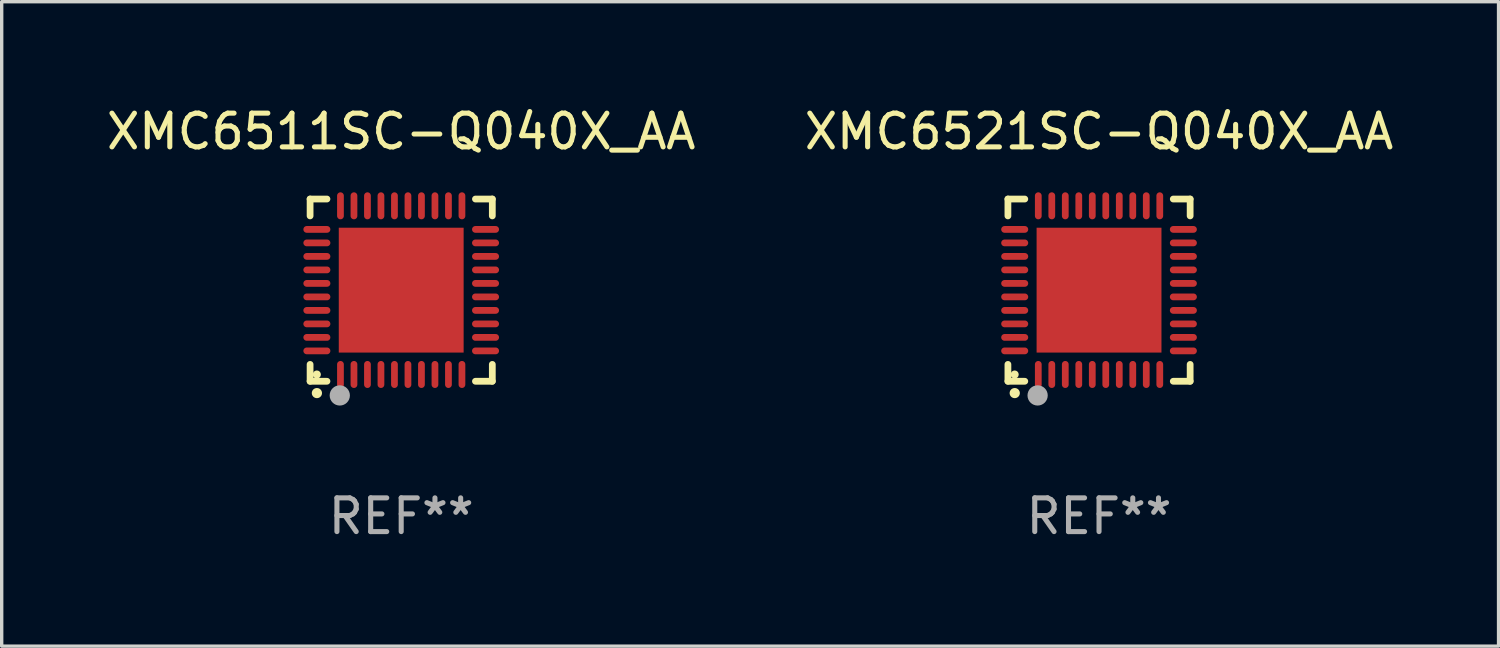
<source format=kicad_pcb>
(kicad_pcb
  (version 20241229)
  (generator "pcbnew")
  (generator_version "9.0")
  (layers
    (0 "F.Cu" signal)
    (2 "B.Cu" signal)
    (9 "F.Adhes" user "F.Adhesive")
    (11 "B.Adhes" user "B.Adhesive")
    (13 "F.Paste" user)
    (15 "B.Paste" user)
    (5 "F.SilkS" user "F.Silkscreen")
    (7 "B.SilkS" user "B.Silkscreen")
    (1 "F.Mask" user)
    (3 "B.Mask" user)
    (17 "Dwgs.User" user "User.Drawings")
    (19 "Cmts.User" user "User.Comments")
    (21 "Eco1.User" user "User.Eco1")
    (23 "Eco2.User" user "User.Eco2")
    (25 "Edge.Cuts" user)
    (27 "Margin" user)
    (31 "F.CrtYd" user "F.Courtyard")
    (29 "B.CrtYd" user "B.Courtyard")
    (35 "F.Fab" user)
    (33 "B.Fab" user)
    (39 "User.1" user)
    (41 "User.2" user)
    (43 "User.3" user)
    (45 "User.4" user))
  (footprint "XMC6511SC-Q040X_AA"
    (layer "F.Cu")
    (at 8.839 5.548)
    (property "Reference" "XMC6511SC-Q040X_AA" (at 0 -4.7 0) (layer "F.SilkS") (effects (font (size 1 1) (thickness 0.15))))
    (attr through_hole)
    (fp_line (start -2.7 -2.7) (end -2.7 -2.2) (stroke (width 0.2) (type solid)) (layer "F.SilkS"))
    (fp_line (start -2.7 2.7) (end -2.7 2.2) (stroke (width 0.2) (type solid)) (layer "F.SilkS"))
    (fp_line (start -2.2 -2.7) (end -2.7 -2.7) (stroke (width 0.2) (type solid)) (layer "F.SilkS"))
    (fp_line (start -2.2 2.7) (end -2.7 2.7) (stroke (width 0.2) (type solid)) (layer "F.SilkS"))
    (fp_line (start 2.7 -2.7) (end 2.2 -2.7) (stroke (width 0.2) (type solid)) (layer "F.SilkS"))
    (fp_line (start 2.7 -2.2) (end 2.7 -2.7) (stroke (width 0.2) (type solid)) (layer "F.SilkS"))
    (fp_line (start 2.7 2.2) (end 2.7 2.7) (stroke (width 0.2) (type solid)) (layer "F.SilkS"))
    (fp_line (start 2.7 2.7) (end 2.2 2.7) (stroke (width 0.2) (type solid)) (layer "F.SilkS"))
    (fp_arc (start -2.499365 3.050546) (mid -2.498095 3.050541) (end -2.496825 3.050546) (stroke (width 0.3) (type solid)) (layer "F.SilkS"))
    (fp_circle (center -2.5 2.5) (end -2.44 2.5) (stroke (width 0.12) (type solid)) (fill no) (layer "F.SilkS"))
    (fp_circle (center -1.82 3.12) (end -1.67 3.12) (stroke (width 0.3) (type solid)) (fill no) (layer "F.Fab"))
    (fp_text user "REF**" (at 0 6.7 0) (layer "F.Fab") (effects (font (size 1 1) (thickness 0.15))))
    (pad "1" smd oval (at -1.8 2.499) (size 0.2 0.8) (layers "F.Cu" "F.Mask" "F.Paste"))
    (pad "2" smd oval (at -1.4 2.499) (size 0.2 0.8) (layers "F.Cu" "F.Mask" "F.Paste"))
    (pad "3" smd oval (at -1 2.499) (size 0.2 0.8) (layers "F.Cu" "F.Mask" "F.Paste"))
    (pad "4" smd oval (at -0.6 2.499) (size 0.2 0.8) (layers "F.Cu" "F.Mask" "F.Paste"))
    (pad "5" smd oval (at -0.2 2.499) (size 0.2 0.8) (layers "F.Cu" "F.Mask" "F.Paste"))
    (pad "6" smd oval (at 0.2 2.499) (size 0.2 0.8) (layers "F.Cu" "F.Mask" "F.Paste"))
    (pad "7" smd oval (at 0.6 2.499) (size 0.2 0.8) (layers "F.Cu" "F.Mask" "F.Paste"))
    (pad "8" smd oval (at 1 2.499) (size 0.2 0.8) (layers "F.Cu" "F.Mask" "F.Paste"))
    (pad "9" smd oval (at 1.4 2.499) (size 0.2 0.8) (layers "F.Cu" "F.Mask" "F.Paste"))
    (pad "10" smd oval (at 1.8 2.499) (size 0.2 0.8) (layers "F.Cu" "F.Mask" "F.Paste"))
    (pad "11" smd oval (at 2.499 1.8) (size 0.8 0.2) (layers "F.Cu" "F.Mask" "F.Paste"))
    (pad "12" smd oval (at 2.499 1.4) (size 0.8 0.2) (layers "F.Cu" "F.Mask" "F.Paste"))
    (pad "13" smd oval (at 2.499 1) (size 0.8 0.2) (layers "F.Cu" "F.Mask" "F.Paste"))
    (pad "14" smd oval (at 2.499 0.6) (size 0.8 0.2) (layers "F.Cu" "F.Mask" "F.Paste"))
    (pad "15" smd oval (at 2.499 0.2) (size 0.8 0.2) (layers "F.Cu" "F.Mask" "F.Paste"))
    (pad "16" smd oval (at 2.499 -0.2) (size 0.8 0.2) (layers "F.Cu" "F.Mask" "F.Paste"))
    (pad "17" smd oval (at 2.499 -0.6) (size 0.8 0.2) (layers "F.Cu" "F.Mask" "F.Paste"))
    (pad "18" smd oval (at 2.499 -1) (size 0.8 0.2) (layers "F.Cu" "F.Mask" "F.Paste"))
    (pad "19" smd oval (at 2.499 -1.4) (size 0.8 0.2) (layers "F.Cu" "F.Mask" "F.Paste"))
    (pad "20" smd oval (at 2.499 -1.8) (size 0.8 0.2) (layers "F.Cu" "F.Mask" "F.Paste"))
    (pad "21" smd oval (at 1.8 -2.499) (size 0.2 0.8) (layers "F.Cu" "F.Mask" "F.Paste"))
    (pad "22" smd oval (at 1.4 -2.499) (size 0.2 0.8) (layers "F.Cu" "F.Mask" "F.Paste"))
    (pad "23" smd oval (at 1 -2.499) (size 0.2 0.8) (layers "F.Cu" "F.Mask" "F.Paste"))
    (pad "24" smd oval (at 0.6 -2.499) (size 0.2 0.8) (layers "F.Cu" "F.Mask" "F.Paste"))
    (pad "25" smd oval (at 0.2 -2.499) (size 0.2 0.8) (layers "F.Cu" "F.Mask" "F.Paste"))
    (pad "26" smd oval (at -0.2 -2.499) (size 0.2 0.8) (layers "F.Cu" "F.Mask" "F.Paste"))
    (pad "27" smd oval (at -0.6 -2.499) (size 0.2 0.8) (layers "F.Cu" "F.Mask" "F.Paste"))
    (pad "28" smd oval (at -1 -2.499) (size 0.2 0.8) (layers "F.Cu" "F.Mask" "F.Paste"))
    (pad "29" smd oval (at -1.4 -2.499) (size 0.2 0.8) (layers "F.Cu" "F.Mask" "F.Paste"))
    (pad "30" smd oval (at -1.8 -2.499) (size 0.2 0.8) (layers "F.Cu" "F.Mask" "F.Paste"))
    (pad "31" smd oval (at -2.499 -1.8) (size 0.8 0.2) (layers "F.Cu" "F.Mask" "F.Paste"))
    (pad "32" smd oval (at -2.499 -1.4) (size 0.8 0.2) (layers "F.Cu" "F.Mask" "F.Paste"))
    (pad "33" smd oval (at -2.499 -1) (size 0.8 0.2) (layers "F.Cu" "F.Mask" "F.Paste"))
    (pad "34" smd oval (at -2.499 -0.6) (size 0.8 0.2) (layers "F.Cu" "F.Mask" "F.Paste"))
    (pad "35" smd oval (at -2.499 -0.2) (size 0.8 0.2) (layers "F.Cu" "F.Mask" "F.Paste"))
    (pad "36" smd oval (at -2.499 0.2) (size 0.8 0.2) (layers "F.Cu" "F.Mask" "F.Paste"))
    (pad "37" smd oval (at -2.499 0.6) (size 0.8 0.2) (layers "F.Cu" "F.Mask" "F.Paste"))
    (pad "38" smd oval (at -2.499 1) (size 0.8 0.2) (layers "F.Cu" "F.Mask" "F.Paste"))
    (pad "39" smd oval (at -2.499 1.4) (size 0.8 0.2) (layers "F.Cu" "F.Mask" "F.Paste"))
    (pad "40" smd oval (at -2.499 1.8) (size 0.8 0.2) (layers "F.Cu" "F.Mask" "F.Paste"))
    (pad "41" smd rect (at 0 0) (size 3.7 3.7) (layers "F.Cu" "F.Mask" "F.Paste")))
  (footprint "XMC6521SC-Q040X_AA"
    (layer "F.Cu")
    (at 29.518 5.548)
    (property "Reference" "XMC6521SC-Q040X_AA" (at 0 -4.7 0) (layer "F.SilkS") (effects (font (size 1 1) (thickness 0.15))))
    (attr through_hole)
    (fp_line (start -2.7 -2.7) (end -2.7 -2.2) (stroke (width 0.2) (type solid)) (layer "F.SilkS"))
    (fp_line (start -2.7 2.7) (end -2.7 2.2) (stroke (width 0.2) (type solid)) (layer "F.SilkS"))
    (fp_line (start -2.2 -2.7) (end -2.7 -2.7) (stroke (width 0.2) (type solid)) (layer "F.SilkS"))
    (fp_line (start -2.2 2.7) (end -2.7 2.7) (stroke (width 0.2) (type solid)) (layer "F.SilkS"))
    (fp_line (start 2.7 -2.7) (end 2.2 -2.7) (stroke (width 0.2) (type solid)) (layer "F.SilkS"))
    (fp_line (start 2.7 -2.2) (end 2.7 -2.7) (stroke (width 0.2) (type solid)) (layer "F.SilkS"))
    (fp_line (start 2.7 2.2) (end 2.7 2.7) (stroke (width 0.2) (type solid)) (layer "F.SilkS"))
    (fp_line (start 2.7 2.7) (end 2.2 2.7) (stroke (width 0.2) (type solid)) (layer "F.SilkS"))
    (fp_arc (start -2.499365 3.050546) (mid -2.498095 3.050541) (end -2.496825 3.050546) (stroke (width 0.3) (type solid)) (layer "F.SilkS"))
    (fp_circle (center -2.5 2.5) (end -2.44 2.5) (stroke (width 0.12) (type solid)) (fill no) (layer "F.SilkS"))
    (fp_circle (center -1.82 3.12) (end -1.67 3.12) (stroke (width 0.3) (type solid)) (fill no) (layer "F.Fab"))
    (fp_text user "REF**" (at 0 6.7 0) (layer "F.Fab") (effects (font (size 1 1) (thickness 0.15))))
    (pad "1" smd oval (at -1.8 2.499) (size 0.2 0.8) (layers "F.Cu" "F.Mask" "F.Paste"))
    (pad "2" smd oval (at -1.4 2.499) (size 0.2 0.8) (layers "F.Cu" "F.Mask" "F.Paste"))
    (pad "3" smd oval (at -1 2.499) (size 0.2 0.8) (layers "F.Cu" "F.Mask" "F.Paste"))
    (pad "4" smd oval (at -0.6 2.499) (size 0.2 0.8) (layers "F.Cu" "F.Mask" "F.Paste"))
    (pad "5" smd oval (at -0.2 2.499) (size 0.2 0.8) (layers "F.Cu" "F.Mask" "F.Paste"))
    (pad "6" smd oval (at 0.2 2.499) (size 0.2 0.8) (layers "F.Cu" "F.Mask" "F.Paste"))
    (pad "7" smd oval (at 0.6 2.499) (size 0.2 0.8) (layers "F.Cu" "F.Mask" "F.Paste"))
    (pad "8" smd oval (at 1 2.499) (size 0.2 0.8) (layers "F.Cu" "F.Mask" "F.Paste"))
    (pad "9" smd oval (at 1.4 2.499) (size 0.2 0.8) (layers "F.Cu" "F.Mask" "F.Paste"))
    (pad "10" smd oval (at 1.8 2.499) (size 0.2 0.8) (layers "F.Cu" "F.Mask" "F.Paste"))
    (pad "11" smd oval (at 2.499 1.8) (size 0.8 0.2) (layers "F.Cu" "F.Mask" "F.Paste"))
    (pad "12" smd oval (at 2.499 1.4) (size 0.8 0.2) (layers "F.Cu" "F.Mask" "F.Paste"))
    (pad "13" smd oval (at 2.499 1) (size 0.8 0.2) (layers "F.Cu" "F.Mask" "F.Paste"))
    (pad "14" smd oval (at 2.499 0.6) (size 0.8 0.2) (layers "F.Cu" "F.Mask" "F.Paste"))
    (pad "15" smd oval (at 2.499 0.2) (size 0.8 0.2) (layers "F.Cu" "F.Mask" "F.Paste"))
    (pad "16" smd oval (at 2.499 -0.2) (size 0.8 0.2) (layers "F.Cu" "F.Mask" "F.Paste"))
    (pad "17" smd oval (at 2.499 -0.6) (size 0.8 0.2) (layers "F.Cu" "F.Mask" "F.Paste"))
    (pad "18" smd oval (at 2.499 -1) (size 0.8 0.2) (layers "F.Cu" "F.Mask" "F.Paste"))
    (pad "19" smd oval (at 2.499 -1.4) (size 0.8 0.2) (layers "F.Cu" "F.Mask" "F.Paste"))
    (pad "20" smd oval (at 2.499 -1.8) (size 0.8 0.2) (layers "F.Cu" "F.Mask" "F.Paste"))
    (pad "21" smd oval (at 1.8 -2.499) (size 0.2 0.8) (layers "F.Cu" "F.Mask" "F.Paste"))
    (pad "22" smd oval (at 1.4 -2.499) (size 0.2 0.8) (layers "F.Cu" "F.Mask" "F.Paste"))
    (pad "23" smd oval (at 1 -2.499) (size 0.2 0.8) (layers "F.Cu" "F.Mask" "F.Paste"))
    (pad "24" smd oval (at 0.6 -2.499) (size 0.2 0.8) (layers "F.Cu" "F.Mask" "F.Paste"))
    (pad "25" smd oval (at 0.2 -2.499) (size 0.2 0.8) (layers "F.Cu" "F.Mask" "F.Paste"))
    (pad "26" smd oval (at -0.2 -2.499) (size 0.2 0.8) (layers "F.Cu" "F.Mask" "F.Paste"))
    (pad "27" smd oval (at -0.6 -2.499) (size 0.2 0.8) (layers "F.Cu" "F.Mask" "F.Paste"))
    (pad "28" smd oval (at -1 -2.499) (size 0.2 0.8) (layers "F.Cu" "F.Mask" "F.Paste"))
    (pad "29" smd oval (at -1.4 -2.499) (size 0.2 0.8) (layers "F.Cu" "F.Mask" "F.Paste"))
    (pad "30" smd oval (at -1.8 -2.499) (size 0.2 0.8) (layers "F.Cu" "F.Mask" "F.Paste"))
    (pad "31" smd oval (at -2.499 -1.8) (size 0.8 0.2) (layers "F.Cu" "F.Mask" "F.Paste"))
    (pad "32" smd oval (at -2.499 -1.4) (size 0.8 0.2) (layers "F.Cu" "F.Mask" "F.Paste"))
    (pad "33" smd oval (at -2.499 -1) (size 0.8 0.2) (layers "F.Cu" "F.Mask" "F.Paste"))
    (pad "34" smd oval (at -2.499 -0.6) (size 0.8 0.2) (layers "F.Cu" "F.Mask" "F.Paste"))
    (pad "35" smd oval (at -2.499 -0.2) (size 0.8 0.2) (layers "F.Cu" "F.Mask" "F.Paste"))
    (pad "36" smd oval (at -2.499 0.2) (size 0.8 0.2) (layers "F.Cu" "F.Mask" "F.Paste"))
    (pad "37" smd oval (at -2.499 0.6) (size 0.8 0.2) (layers "F.Cu" "F.Mask" "F.Paste"))
    (pad "38" smd oval (at -2.499 1) (size 0.8 0.2) (layers "F.Cu" "F.Mask" "F.Paste"))
    (pad "39" smd oval (at -2.499 1.4) (size 0.8 0.2) (layers "F.Cu" "F.Mask" "F.Paste"))
    (pad "40" smd oval (at -2.499 1.8) (size 0.8 0.2) (layers "F.Cu" "F.Mask" "F.Paste"))
    (pad "41" smd rect (at 0 0) (size 3.7 3.7) (layers "F.Cu" "F.Mask" "F.Paste")))
  (gr_rect
    (start -3 -3)
    (end 41.357 16.097)
    (stroke (width 0.1) (type default))
    (fill no)
    (layer "Edge.Cuts")))
</source>
